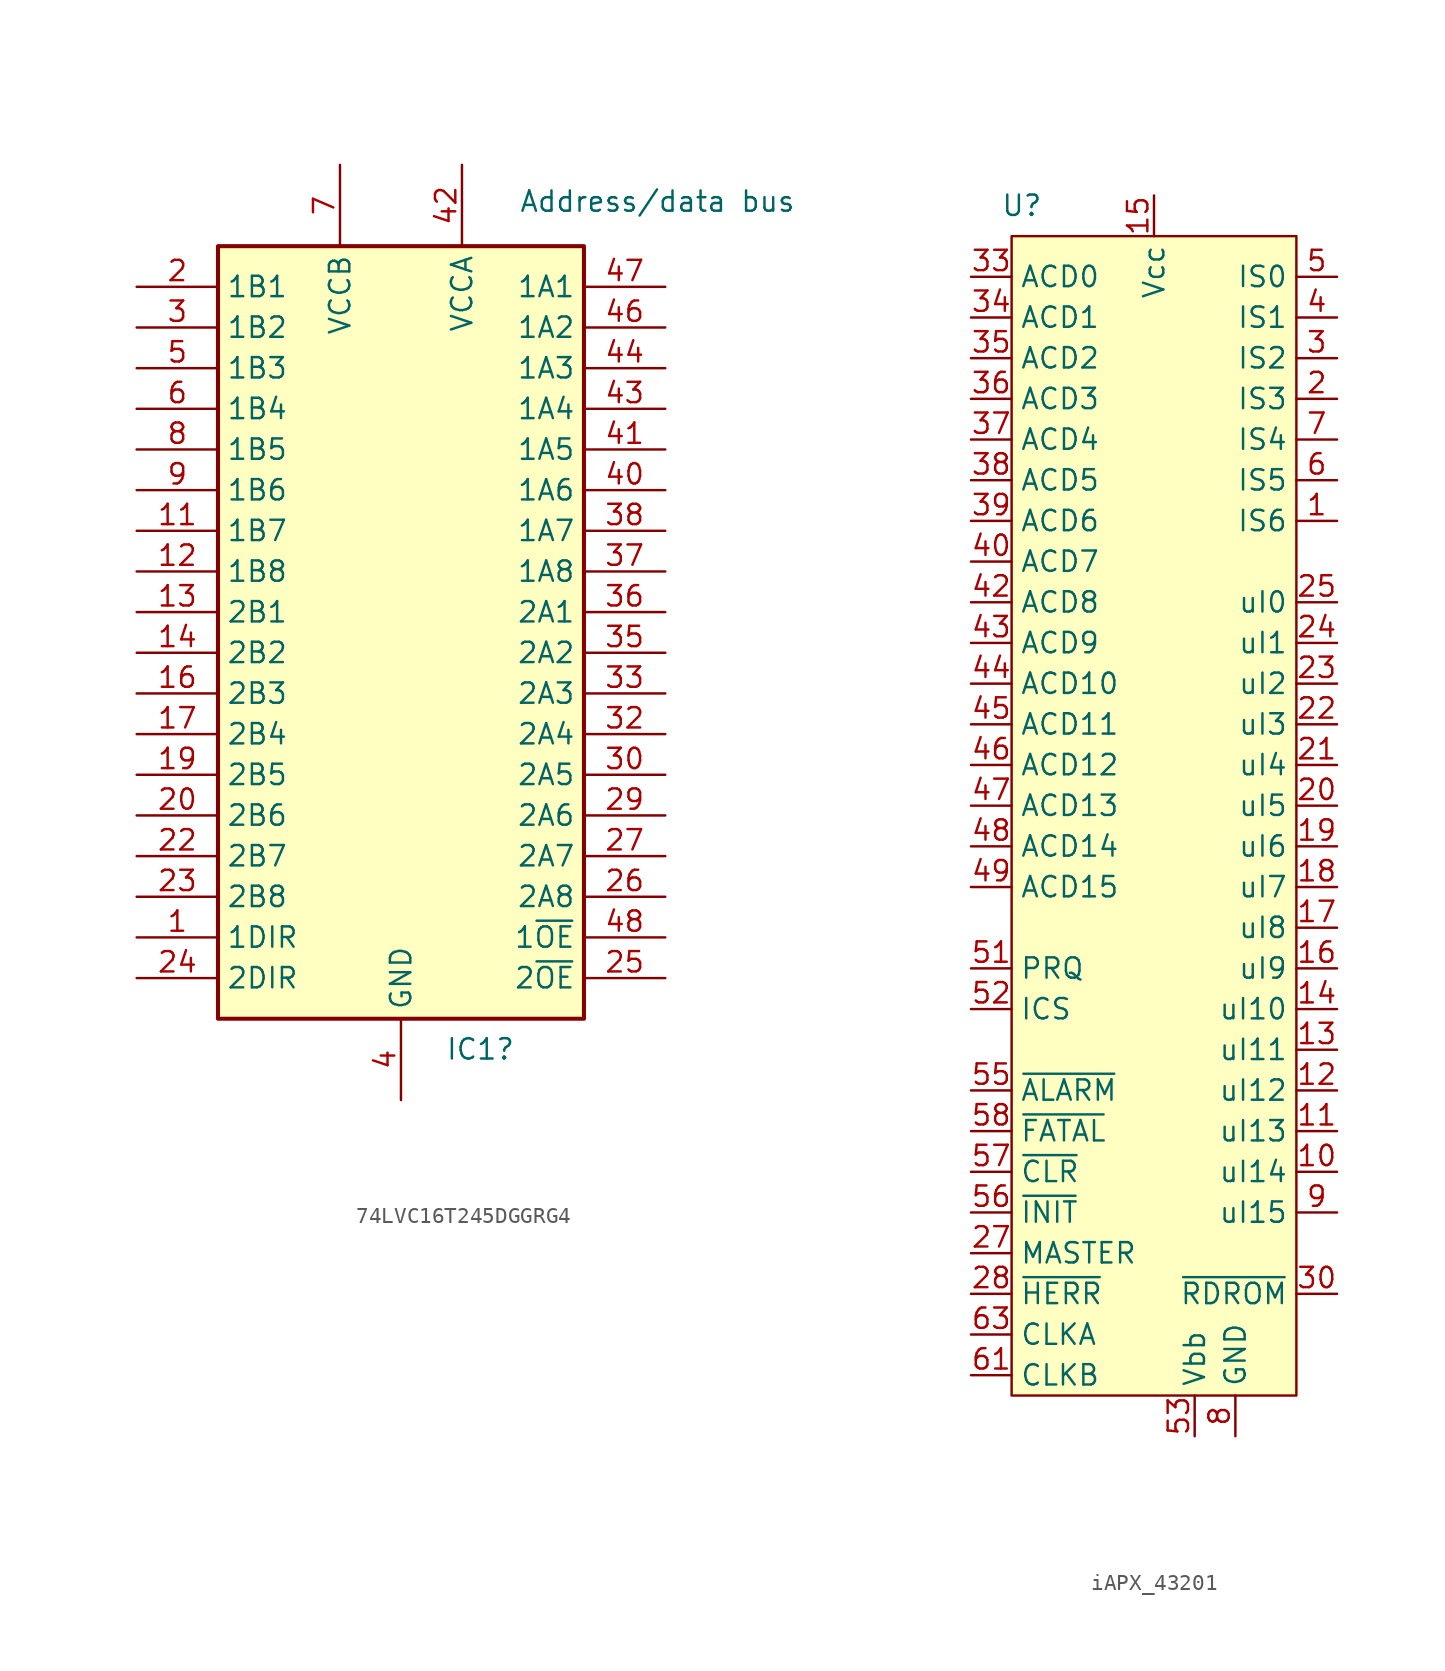
<source format=kicad_sym>
(kicad_symbol_lib
  (version 20241209)
  (generator "kicad_symbol_editor")
  (generator_version "9.0")
  (symbol "74LVC16T245DGGRG4"
    (property "Reference" "IC1"
      (at 19.288 -46.99 0)
      (effects (font (size 1.27 1.27)) (justify left)))
    (property "Value" "Address/data bus"
      (at 23.876 5.969 0)
      (effects (font (size 1.27 1.27)) (justify left)))
    (symbol "74LVC16T245DGGRG4_1_1"
      (rectangle (start 5.08 3.175) (end 27.94 -45.085) (stroke (width 0.254) (type default)) (fill (type background)))
      (pin passive line (at 0 0.635 0) (length 5.08) (name "1B1" (effects (font (size 1.27 1.27)))) (number "2" (effects (font (size 1.27 1.27)))))
      (pin passive line (at 0 -1.905 0) (length 5.08) (name "1B2" (effects (font (size 1.27 1.27)))) (number "3" (effects (font (size 1.27 1.27)))))
      (pin passive line (at 0 -4.445 0) (length 5.08) (name "1B3" (effects (font (size 1.27 1.27)))) (number "5" (effects (font (size 1.27 1.27)))))
      (pin passive line (at 0 -6.985 0) (length 5.08) (name "1B4" (effects (font (size 1.27 1.27)))) (number "6" (effects (font (size 1.27 1.27)))))
      (pin passive line (at 0 -9.525 0) (length 5.08) (name "1B5" (effects (font (size 1.27 1.27)))) (number "8" (effects (font (size 1.27 1.27)))))
      (pin passive line (at 0 -12.065 0) (length 5.08) (name "1B6" (effects (font (size 1.27 1.27)))) (number "9" (effects (font (size 1.27 1.27)))))
      (pin passive line (at 0 -14.605 0) (length 5.08) (name "1B7" (effects (font (size 1.27 1.27)))) (number "11" (effects (font (size 1.27 1.27)))))
      (pin passive line (at 0 -17.145 0) (length 5.08) (name "1B8" (effects (font (size 1.27 1.27)))) (number "12" (effects (font (size 1.27 1.27)))))
      (pin passive line (at 0 -19.685 0) (length 5.08) (name "2B1" (effects (font (size 1.27 1.27)))) (number "13" (effects (font (size 1.27 1.27)))))
      (pin passive line (at 0 -22.225 0) (length 5.08) (name "2B2" (effects (font (size 1.27 1.27)))) (number "14" (effects (font (size 1.27 1.27)))))
      (pin passive line (at 0 -24.765 0) (length 5.08) (name "2B3" (effects (font (size 1.27 1.27)))) (number "16" (effects (font (size 1.27 1.27)))))
      (pin passive line (at 0 -27.305 0) (length 5.08) (name "2B4" (effects (font (size 1.27 1.27)))) (number "17" (effects (font (size 1.27 1.27)))))
      (pin passive line (at 0 -29.845 0) (length 5.08) (name "2B5" (effects (font (size 1.27 1.27)))) (number "19" (effects (font (size 1.27 1.27)))))
      (pin passive line (at 0 -32.385 0) (length 5.08) (name "2B6" (effects (font (size 1.27 1.27)))) (number "20" (effects (font (size 1.27 1.27)))))
      (pin passive line (at 0 -34.925 0) (length 5.08) (name "2B7" (effects (font (size 1.27 1.27)))) (number "22" (effects (font (size 1.27 1.27)))))
      (pin passive line (at 0 -37.465 0) (length 5.08) (name "2B8" (effects (font (size 1.27 1.27)))) (number "23" (effects (font (size 1.27 1.27)))))
      (pin passive line (at 0 -40.005 0) (length 5.08) (name "1DIR" (effects (font (size 1.27 1.27)))) (number "1" (effects (font (size 1.27 1.27)))))
      (pin passive line (at 0 -42.545 0) (length 5.08) (name "2DIR" (effects (font (size 1.27 1.27)))) (number "24" (effects (font (size 1.27 1.27)))))
      (pin passive line (at 12.7 8.255 270) (length 5.08) (hide yes) (name "VCCB" (effects (font (size 1.27 1.27)))) (number "18" (effects (font (size 1.27 1.27)))))
      (pin passive line (at 12.7 8.255 270) (length 5.08) (name "VCCB" (effects (font (size 1.27 1.27)))) (number "7" (effects (font (size 1.27 1.27)))))
      (pin passive line (at 16.51 -50.165 90) (length 5.08) (hide yes) (name "GND" (effects (font (size 1.27 1.27)))) (number "10" (effects (font (size 1.27 1.27)))))
      (pin passive line (at 16.51 -50.165 90) (length 5.08) (hide yes) (name "GND" (effects (font (size 1.27 1.27)))) (number "15" (effects (font (size 1.27 1.27)))))
      (pin passive line (at 16.51 -50.165 90) (length 5.08) (hide yes) (name "GND" (effects (font (size 1.27 1.27)))) (number "21" (effects (font (size 1.27 1.27)))))
      (pin passive line (at 16.51 -50.165 90) (length 5.08) (hide yes) (name "GND" (effects (font (size 1.27 1.27)))) (number "28" (effects (font (size 1.27 1.27)))))
      (pin passive line (at 16.51 -50.165 90) (length 5.08) (hide yes) (name "GND" (effects (font (size 1.27 1.27)))) (number "34" (effects (font (size 1.27 1.27)))))
      (pin passive line (at 16.51 -50.165 90) (length 5.08) (hide yes) (name "GND" (effects (font (size 1.27 1.27)))) (number "39" (effects (font (size 1.27 1.27)))))
      (pin passive line (at 16.51 -50.165 90) (length 5.08) (name "GND" (effects (font (size 1.27 1.27)))) (number "4" (effects (font (size 1.27 1.27)))))
      (pin passive line (at 16.51 -50.165 90) (length 5.08) (hide yes) (name "GND" (effects (font (size 1.27 1.27)))) (number "45" (effects (font (size 1.27 1.27)))))
      (pin passive line (at 20.32 8.255 270) (length 5.08) (hide yes) (name "VCCA" (effects (font (size 1.27 1.27)))) (number "31" (effects (font (size 1.27 1.27)))))
      (pin passive line (at 20.32 8.255 270) (length 5.08) (name "VCCA" (effects (font (size 1.27 1.27)))) (number "42" (effects (font (size 1.27 1.27)))))
      (pin passive line (at 33.02 0.635 180) (length 5.08) (name "1A1" (effects (font (size 1.27 1.27)))) (number "47" (effects (font (size 1.27 1.27)))))
      (pin passive line (at 33.02 -1.905 180) (length 5.08) (name "1A2" (effects (font (size 1.27 1.27)))) (number "46" (effects (font (size 1.27 1.27)))))
      (pin passive line (at 33.02 -4.445 180) (length 5.08) (name "1A3" (effects (font (size 1.27 1.27)))) (number "44" (effects (font (size 1.27 1.27)))))
      (pin passive line (at 33.02 -6.985 180) (length 5.08) (name "1A4" (effects (font (size 1.27 1.27)))) (number "43" (effects (font (size 1.27 1.27)))))
      (pin passive line (at 33.02 -9.525 180) (length 5.08) (name "1A5" (effects (font (size 1.27 1.27)))) (number "41" (effects (font (size 1.27 1.27)))))
      (pin passive line (at 33.02 -12.065 180) (length 5.08) (name "1A6" (effects (font (size 1.27 1.27)))) (number "40" (effects (font (size 1.27 1.27)))))
      (pin passive line (at 33.02 -14.605 180) (length 5.08) (name "1A7" (effects (font (size 1.27 1.27)))) (number "38" (effects (font (size 1.27 1.27)))))
      (pin passive line (at 33.02 -17.145 180) (length 5.08) (name "1A8" (effects (font (size 1.27 1.27)))) (number "37" (effects (font (size 1.27 1.27)))))
      (pin passive line (at 33.02 -19.685 180) (length 5.08) (name "2A1" (effects (font (size 1.27 1.27)))) (number "36" (effects (font (size 1.27 1.27)))))
      (pin passive line (at 33.02 -22.225 180) (length 5.08) (name "2A2" (effects (font (size 1.27 1.27)))) (number "35" (effects (font (size 1.27 1.27)))))
      (pin passive line (at 33.02 -24.765 180) (length 5.08) (name "2A3" (effects (font (size 1.27 1.27)))) (number "33" (effects (font (size 1.27 1.27)))))
      (pin passive line (at 33.02 -27.305 180) (length 5.08) (name "2A4" (effects (font (size 1.27 1.27)))) (number "32" (effects (font (size 1.27 1.27)))))
      (pin passive line (at 33.02 -29.845 180) (length 5.08) (name "2A5" (effects (font (size 1.27 1.27)))) (number "30" (effects (font (size 1.27 1.27)))))
      (pin passive line (at 33.02 -32.385 180) (length 5.08) (name "2A6" (effects (font (size 1.27 1.27)))) (number "29" (effects (font (size 1.27 1.27)))))
      (pin passive line (at 33.02 -34.925 180) (length 5.08) (name "2A7" (effects (font (size 1.27 1.27)))) (number "27" (effects (font (size 1.27 1.27)))))
      (pin passive line (at 33.02 -37.465 180) (length 5.08) (name "2A8" (effects (font (size 1.27 1.27)))) (number "26" (effects (font (size 1.27 1.27)))))
      (pin passive line (at 33.02 -40.005 180) (length 5.08) (name "1~{OE}" (effects (font (size 1.27 1.27)))) (number "48" (effects (font (size 1.27 1.27)))))
      (pin passive line (at 33.02 -42.545 180) (length 5.08) (name "2~{OE}" (effects (font (size 1.27 1.27)))) (number "25" (effects (font (size 1.27 1.27)))))))
  (symbol "iAPX_43201"
    (property "Reference" "U"
      (at -8.89 19.685 0)
      (effects (font (size 1.27 1.27))))
    (property "Value" ""
      (at 0 0 0)
      (effects (font (size 1.27 1.27))))
    (symbol "iAPX_43201_1_1"
      (rectangle (start -9.525 17.78) (end 8.255 -54.61) (stroke (width 0) (type solid)) (fill (type color) (color 255 255 194 1)))
      (pin bidirectional line (at -12.065 15.24 0) (length 2.54) (name "ACD0" (effects (font (size 1.27 1.27)))) (number "33" (effects (font (size 1.27 1.27)))))
      (pin bidirectional line (at -12.065 12.7 0) (length 2.54) (name "ACD1" (effects (font (size 1.27 1.27)))) (number "34" (effects (font (size 1.27 1.27)))))
      (pin bidirectional line (at -12.065 10.16 0) (length 2.54) (name "ACD2" (effects (font (size 1.27 1.27)))) (number "35" (effects (font (size 1.27 1.27)))))
      (pin bidirectional line (at -12.065 7.62 0) (length 2.54) (name "ACD3" (effects (font (size 1.27 1.27)))) (number "36" (effects (font (size 1.27 1.27)))))
      (pin bidirectional line (at -12.065 5.08 0) (length 2.54) (name "ACD4" (effects (font (size 1.27 1.27)))) (number "37" (effects (font (size 1.27 1.27)))))
      (pin bidirectional line (at -12.065 2.54 0) (length 2.54) (name "ACD5" (effects (font (size 1.27 1.27)))) (number "38" (effects (font (size 1.27 1.27)))))
      (pin bidirectional line (at -12.065 0 0) (length 2.54) (name "ACD6" (effects (font (size 1.27 1.27)))) (number "39" (effects (font (size 1.27 1.27)))))
      (pin bidirectional line (at -12.065 -2.54 0) (length 2.54) (name "ACD7" (effects (font (size 1.27 1.27)))) (number "40" (effects (font (size 1.27 1.27)))))
      (pin bidirectional line (at -12.065 -5.08 0) (length 2.54) (name "ACD8" (effects (font (size 1.27 1.27)))) (number "42" (effects (font (size 1.27 1.27)))))
      (pin bidirectional line (at -12.065 -7.62 0) (length 2.54) (name "ACD9" (effects (font (size 1.27 1.27)))) (number "43" (effects (font (size 1.27 1.27)))))
      (pin bidirectional line (at -12.065 -10.16 0) (length 2.54) (name "ACD10" (effects (font (size 1.27 1.27)))) (number "44" (effects (font (size 1.27 1.27)))))
      (pin bidirectional line (at -12.065 -12.7 0) (length 2.54) (name "ACD11" (effects (font (size 1.27 1.27)))) (number "45" (effects (font (size 1.27 1.27)))))
      (pin bidirectional line (at -12.065 -15.24 0) (length 2.54) (name "ACD12" (effects (font (size 1.27 1.27)))) (number "46" (effects (font (size 1.27 1.27)))))
      (pin bidirectional line (at -12.065 -17.78 0) (length 2.54) (name "ACD13" (effects (font (size 1.27 1.27)))) (number "47" (effects (font (size 1.27 1.27)))))
      (pin bidirectional line (at -12.065 -20.32 0) (length 2.54) (name "ACD14" (effects (font (size 1.27 1.27)))) (number "48" (effects (font (size 1.27 1.27)))))
      (pin bidirectional line (at -12.065 -22.86 0) (length 2.54) (name "ACD15" (effects (font (size 1.27 1.27)))) (number "49" (effects (font (size 1.27 1.27)))))
      (pin input line (at -12.065 -27.94 0) (length 2.54) (name "PRQ" (effects (font (size 1.27 1.27)))) (number "51" (effects (font (size 1.27 1.27)))))
      (pin input line (at -12.065 -30.48 0) (length 2.54) (name "ICS" (effects (font (size 1.27 1.27)))) (number "52" (effects (font (size 1.27 1.27)))))
      (pin input line (at -12.065 -35.56 0) (length 2.54) (name "~{ALARM}" (effects (font (size 1.27 1.27)))) (number "55" (effects (font (size 1.27 1.27)))))
      (pin output line (at -12.065 -38.1 0) (length 2.54) (name "~{FATAL}" (effects (font (size 1.27 1.27)))) (number "58" (effects (font (size 1.27 1.27)))))
      (pin input line (at -12.065 -40.64 0) (length 2.54) (name "~{CLR}" (effects (font (size 1.27 1.27)))) (number "57" (effects (font (size 1.27 1.27)))))
      (pin input line (at -12.065 -43.18 0) (length 2.54) (name "~{INIT}" (effects (font (size 1.27 1.27)))) (number "56" (effects (font (size 1.27 1.27)))))
      (pin input line (at -12.065 -45.72 0) (length 2.54) (name "MASTER" (effects (font (size 1.27 1.27)))) (number "27" (effects (font (size 1.27 1.27)))))
      (pin output line (at -12.065 -48.26 0) (length 2.54) (name "~{HERR}" (effects (font (size 1.27 1.27)))) (number "28" (effects (font (size 1.27 1.27)))))
      (pin input line (at -12.065 -50.8 0) (length 2.54) (name "CLKA" (effects (font (size 1.27 1.27)))) (number "63" (effects (font (size 1.27 1.27)))))
      (pin input line (at -12.065 -53.34 0) (length 2.54) (name "CLKB" (effects (font (size 1.27 1.27)))) (number "61" (effects (font (size 1.27 1.27)))))
      (pin input line (at -0.635 20.32 270) (length 2.54) (name "Vcc" (effects (font (size 1.27 1.27)))) (number "15" (effects (font (size 1.27 1.27)))))
      (pin input line (at -0.635 20.32 270) (length 2.54) (hide yes) (name "Vcc" (effects (font (size 1.27 1.27)))) (number "32" (effects (font (size 1.27 1.27)))))
      (pin input line (at -0.635 20.32 270) (length 2.54) (hide yes) (name "Vcc" (effects (font (size 1.27 1.27)))) (number "50" (effects (font (size 1.27 1.27)))))
      (pin input line (at -0.635 20.32 270) (length 2.54) (hide yes) (name "Vcc" (effects (font (size 1.27 1.27)))) (number "62" (effects (font (size 1.27 1.27)))))
      (pin input line (at 1.905 -57.15 90) (length 2.54) (name "Vbb" (effects (font (size 1.27 1.27)))) (number "53" (effects (font (size 1.27 1.27)))))
      (pin input line (at 4.445 -57.15 90) (length 2.54) (hide yes) (name "GND" (effects (font (size 1.27 1.27)))) (number "26" (effects (font (size 1.27 1.27)))))
      (pin input line (at 4.445 -57.15 90) (length 2.54) (hide yes) (name "GND" (effects (font (size 1.27 1.27)))) (number "41" (effects (font (size 1.27 1.27)))))
      (pin input line (at 4.445 -57.15 90) (length 2.54) (hide yes) (name "GND" (effects (font (size 1.27 1.27)))) (number "60" (effects (font (size 1.27 1.27)))))
      (pin input line (at 4.445 -57.15 90) (length 2.54) (hide yes) (name "GND" (effects (font (size 1.27 1.27)))) (number "64" (effects (font (size 1.27 1.27)))))
      (pin input line (at 4.445 -57.15 90) (length 2.54) (name "GND" (effects (font (size 1.27 1.27)))) (number "8" (effects (font (size 1.27 1.27)))))
      (pin input line (at 10.795 15.24 180) (length 2.54) (name "IS0" (effects (font (size 1.27 1.27)))) (number "5" (effects (font (size 1.27 1.27)))))
      (pin input line (at 10.795 12.7 180) (length 2.54) (name "IS1" (effects (font (size 1.27 1.27)))) (number "4" (effects (font (size 1.27 1.27)))))
      (pin input line (at 10.795 10.16 180) (length 2.54) (name "IS2" (effects (font (size 1.27 1.27)))) (number "3" (effects (font (size 1.27 1.27)))))
      (pin input line (at 10.795 7.62 180) (length 2.54) (name "IS3" (effects (font (size 1.27 1.27)))) (number "2" (effects (font (size 1.27 1.27)))))
      (pin input line (at 10.795 5.08 180) (length 2.54) (name "IS4" (effects (font (size 1.27 1.27)))) (number "7" (effects (font (size 1.27 1.27)))))
      (pin input line (at 10.795 2.54 180) (length 2.54) (name "IS5" (effects (font (size 1.27 1.27)))) (number "6" (effects (font (size 1.27 1.27)))))
      (pin input line (at 10.795 0 180) (length 2.54) (name "IS6" (effects (font (size 1.27 1.27)))) (number "1" (effects (font (size 1.27 1.27)))))
      (pin output line (at 10.795 -5.08 180) (length 2.54) (name "uI0" (effects (font (size 1.27 1.27)))) (number "25" (effects (font (size 1.27 1.27)))))
      (pin output line (at 10.795 -7.62 180) (length 2.54) (name "uI1" (effects (font (size 1.27 1.27)))) (number "24" (effects (font (size 1.27 1.27)))))
      (pin output line (at 10.795 -10.16 180) (length 2.54) (name "uI2" (effects (font (size 1.27 1.27)))) (number "23" (effects (font (size 1.27 1.27)))))
      (pin output line (at 10.795 -12.7 180) (length 2.54) (name "uI3" (effects (font (size 1.27 1.27)))) (number "22" (effects (font (size 1.27 1.27)))))
      (pin output line (at 10.795 -15.24 180) (length 2.54) (name "uI4" (effects (font (size 1.27 1.27)))) (number "21" (effects (font (size 1.27 1.27)))))
      (pin output line (at 10.795 -17.78 180) (length 2.54) (name "uI5" (effects (font (size 1.27 1.27)))) (number "20" (effects (font (size 1.27 1.27)))))
      (pin output line (at 10.795 -20.32 180) (length 2.54) (name "uI6" (effects (font (size 1.27 1.27)))) (number "19" (effects (font (size 1.27 1.27)))))
      (pin output line (at 10.795 -22.86 180) (length 2.54) (name "uI7" (effects (font (size 1.27 1.27)))) (number "18" (effects (font (size 1.27 1.27)))))
      (pin output line (at 10.795 -25.4 180) (length 2.54) (name "uI8" (effects (font (size 1.27 1.27)))) (number "17" (effects (font (size 1.27 1.27)))))
      (pin output line (at 10.795 -27.94 180) (length 2.54) (name "uI9" (effects (font (size 1.27 1.27)))) (number "16" (effects (font (size 1.27 1.27)))))
      (pin output line (at 10.795 -30.48 180) (length 2.54) (name "uI10" (effects (font (size 1.27 1.27)))) (number "14" (effects (font (size 1.27 1.27)))))
      (pin output line (at 10.795 -33.02 180) (length 2.54) (name "uI11" (effects (font (size 1.27 1.27)))) (number "13" (effects (font (size 1.27 1.27)))))
      (pin output line (at 10.795 -35.56 180) (length 2.54) (name "uI12" (effects (font (size 1.27 1.27)))) (number "12" (effects (font (size 1.27 1.27)))))
      (pin output line (at 10.795 -38.1 180) (length 2.54) (name "uI13" (effects (font (size 1.27 1.27)))) (number "11" (effects (font (size 1.27 1.27)))))
      (pin output line (at 10.795 -40.64 180) (length 2.54) (name "uI14" (effects (font (size 1.27 1.27)))) (number "10" (effects (font (size 1.27 1.27)))))
      (pin output line (at 10.795 -43.18 180) (length 2.54) (name "uI15" (effects (font (size 1.27 1.27)))) (number "9" (effects (font (size 1.27 1.27)))))
      (pin input line (at 10.795 -48.26 180) (length 2.54) (name "~{RDROM}" (effects (font (size 1.27 1.27)))) (number "30" (effects (font (size 1.27 1.27))))))))
</source>
